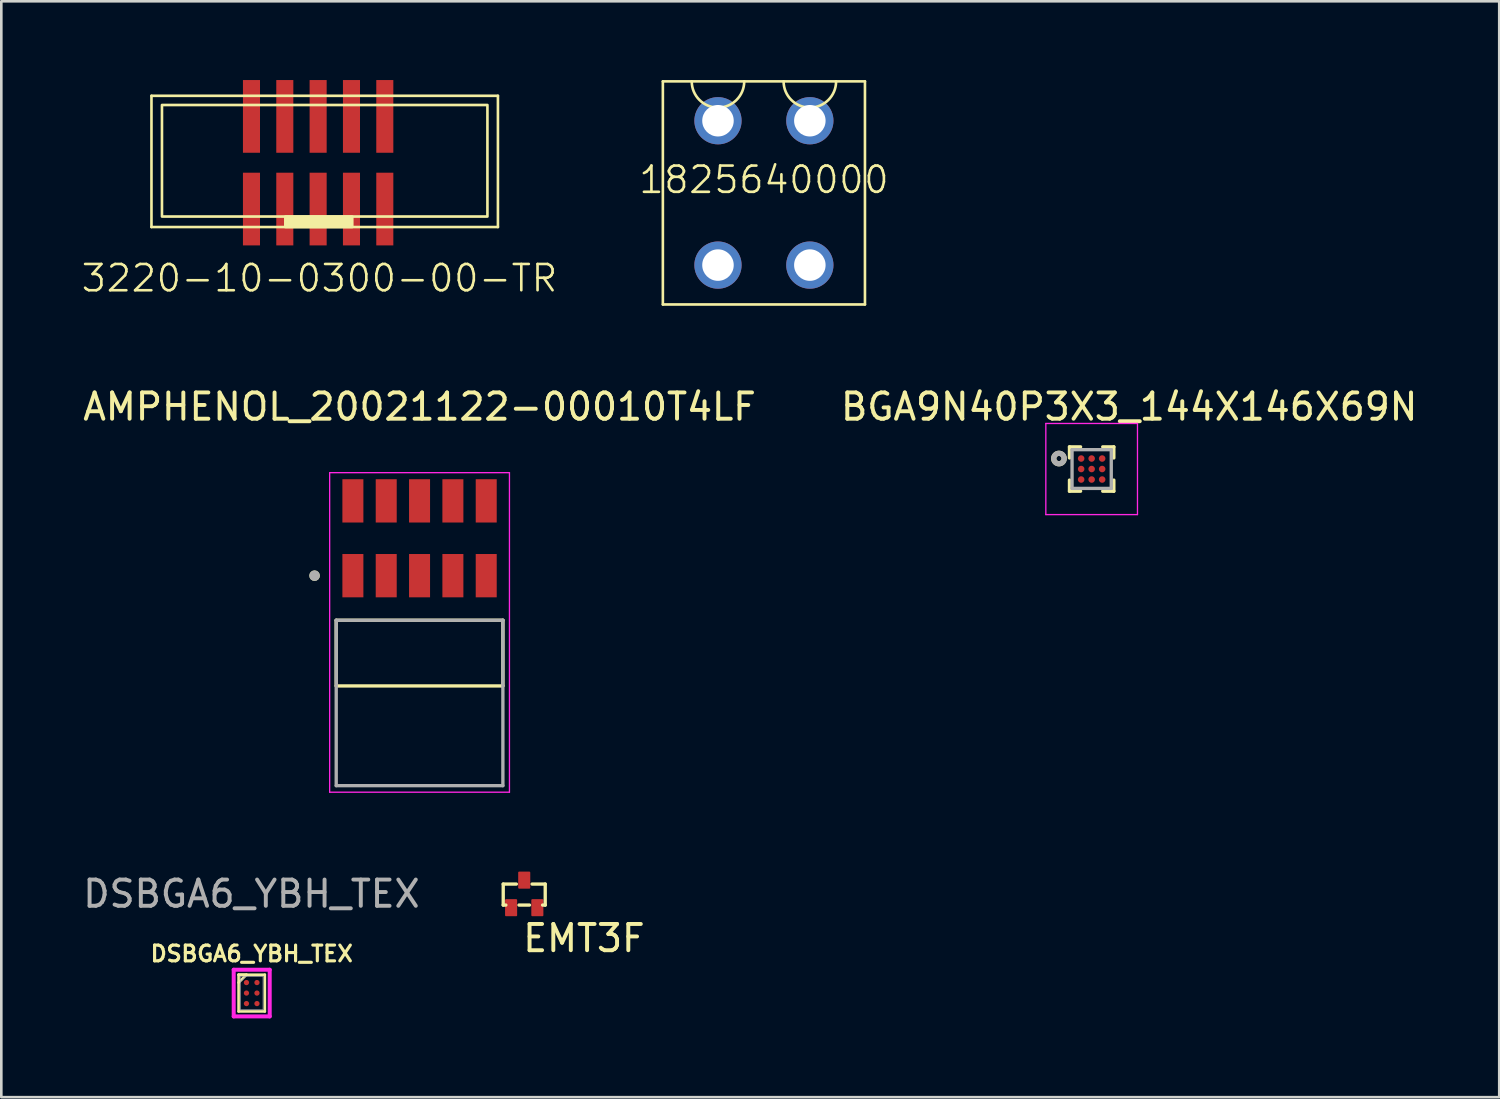
<source format=kicad_pcb>
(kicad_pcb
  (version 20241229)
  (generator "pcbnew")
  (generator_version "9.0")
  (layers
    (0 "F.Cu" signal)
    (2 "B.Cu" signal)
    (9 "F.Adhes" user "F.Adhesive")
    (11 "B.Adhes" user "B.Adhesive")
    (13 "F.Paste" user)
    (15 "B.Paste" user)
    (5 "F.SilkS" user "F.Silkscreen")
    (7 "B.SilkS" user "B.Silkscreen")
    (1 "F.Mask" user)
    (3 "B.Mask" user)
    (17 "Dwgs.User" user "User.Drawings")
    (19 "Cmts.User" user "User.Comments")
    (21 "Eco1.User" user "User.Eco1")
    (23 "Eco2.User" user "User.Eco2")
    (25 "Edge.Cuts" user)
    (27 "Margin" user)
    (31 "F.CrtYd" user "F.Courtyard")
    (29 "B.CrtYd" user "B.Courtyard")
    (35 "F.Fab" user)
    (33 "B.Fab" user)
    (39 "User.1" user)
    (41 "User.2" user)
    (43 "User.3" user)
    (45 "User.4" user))
  (footprint "BGA9N40P3X3_144X146X69N"
    (layer "F.Cu")
    (at 38.542 14.82)
    (property "Reference" "BGA9N40P3X3_144X146X69N" (at 1.429 -2.372 0) (layer "F.SilkS") (effects (font (size 1 1) (thickness 0.15))))
    (attr smd)
    (fp_line (start -0.845 -0.845) (end -0.845 -0.422) (stroke (width 0.127) (type solid)) (layer "F.SilkS"))
    (fp_line (start -0.845 -0.845) (end -0.422 -0.845) (stroke (width 0.127) (type solid)) (layer "F.SilkS"))
    (fp_line (start -0.845 0.845) (end -0.845 0.422) (stroke (width 0.127) (type solid)) (layer "F.SilkS"))
    (fp_line (start -0.845 0.845) (end -0.422 0.845) (stroke (width 0.127) (type solid)) (layer "F.SilkS"))
    (fp_line (start 0.845 -0.845) (end 0.422 -0.845) (stroke (width 0.127) (type solid)) (layer "F.SilkS"))
    (fp_line (start 0.845 -0.845) (end 0.845 -0.422) (stroke (width 0.127) (type solid)) (layer "F.SilkS"))
    (fp_line (start 0.845 0.845) (end 0.422 0.845) (stroke (width 0.127) (type solid)) (layer "F.SilkS"))
    (fp_line (start 0.845 0.845) (end 0.845 0.422) (stroke (width 0.127) (type solid)) (layer "F.SilkS"))
    (fp_circle (center -1.246 -0.4) (end -1.147 -0.4) (stroke (width 0.2) (type solid)) (fill no) (layer "F.SilkS"))
    (fp_line (start -1.746 -1.736) (end 1.746 -1.736) (stroke (width 0.05) (type solid)) (layer "F.CrtYd"))
    (fp_line (start -1.746 1.736) (end -1.746 -1.736) (stroke (width 0.05) (type solid)) (layer "F.CrtYd"))
    (fp_line (start -1.746 1.736) (end 1.746 1.736) (stroke (width 0.05) (type solid)) (layer "F.CrtYd"))
    (fp_line (start 1.746 1.736) (end 1.746 -1.736) (stroke (width 0.05) (type solid)) (layer "F.CrtYd"))
    (fp_line (start -0.747 0.737) (end -0.747 -0.737) (stroke (width 0.127) (type solid)) (layer "F.Fab"))
    (fp_line (start 0.747 -0.737) (end -0.747 -0.737) (stroke (width 0.127) (type solid)) (layer "F.Fab"))
    (fp_line (start 0.747 0.737) (end -0.747 0.737) (stroke (width 0.127) (type solid)) (layer "F.Fab"))
    (fp_line (start 0.747 0.737) (end 0.747 -0.737) (stroke (width 0.127) (type solid)) (layer "F.Fab"))
    (fp_circle (center -1.246 -0.4) (end -1.147 -0.4) (stroke (width 0.2) (type solid)) (fill no) (layer "F.Fab"))
    (pad "A1" smd circle (at -0.4 -0.4) (size 0.25 0.25) (layers "F.Cu" "F.Mask" "F.Paste"))
    (pad "A2" smd circle (at 0 -0.4) (size 0.25 0.25) (layers "F.Cu" "F.Mask" "F.Paste"))
    (pad "A3" smd circle (at 0.4 -0.4) (size 0.25 0.25) (layers "F.Cu" "F.Mask" "F.Paste"))
    (pad "B1" smd circle (at -0.4 0) (size 0.25 0.25) (layers "F.Cu" "F.Mask" "F.Paste"))
    (pad "B2" smd circle (at 0 0) (size 0.25 0.25) (layers "F.Cu" "F.Mask" "F.Paste"))
    (pad "B3" smd circle (at 0.4 0) (size 0.25 0.25) (layers "F.Cu" "F.Mask" "F.Paste"))
    (pad "C1" smd circle (at -0.4 0.4) (size 0.25 0.25) (layers "F.Cu" "F.Mask" "F.Paste"))
    (pad "C2" smd circle (at 0 0.4) (size 0.25 0.25) (layers "F.Cu" "F.Mask" "F.Paste"))
    (pad "C3" smd circle (at 0.4 0.4) (size 0.25 0.25) (layers "F.Cu" "F.Mask" "F.Paste")))
  (footprint "1825640000"
    (layer "F.Cu")
    (at 26.055 4.3)
    (property "Reference" "1825640000" (at 0 -0.5 0) (unlocked yes) (layer "F.SilkS") (effects (font (size 1 1) (thickness 0.1))))
    (attr through_hole)
    (fp_line (start -3.85 -4.25) (end 3.85 -4.25) (stroke (width 0.1) (type default)) (layer "F.SilkS"))
    (fp_line (start -3.85 4.25) (end -3.85 -4.25) (stroke (width 0.1) (type default)) (layer "F.SilkS"))
    (fp_line (start 3.85 -4.25) (end 3.85 4.25) (stroke (width 0.1) (type default)) (layer "F.SilkS"))
    (fp_line (start 3.85 4.25) (end -3.85 4.25) (stroke (width 0.1) (type default)) (layer "F.SilkS"))
    (fp_arc (start -0.75 -4.25) (mid -1.75 -3.25) (end -2.75 -4.25) (stroke (width 0.1) (type default)) (layer "F.SilkS"))
    (fp_arc (start 2.75 -4.25) (mid 1.75 -3.25) (end 0.75 -4.25) (stroke (width 0.1) (type default)) (layer "F.SilkS"))
    (pad "1" thru_hole circle (at -1.75 -2.75) (size 1.8 1.8) (drill 1.2) (layers "*.Cu" "*.Mask"))
    (pad "1" thru_hole circle (at -1.75 2.75) (size 1.8 1.8) (drill 1.2) (layers "*.Cu" "*.Mask"))
    (pad "2" thru_hole circle (at 1.75 -2.75) (size 1.8 1.8) (drill 1.2) (layers "*.Cu" "*.Mask"))
    (pad "2" thru_hole circle (at 1.75 2.75) (size 1.8 1.8) (drill 1.2) (layers "*.Cu" "*.Mask")))
  (footprint "AMPHENOL_20021122-00010T4LF"
    (layer "F.Cu")
    (at 12.935 21.833)
    (property "Reference" "AMPHENOL_20021122-00010T4LF" (at 0 -9.385 0) (layer "F.SilkS") (effects (font (size 1 1) (thickness 0.15))))
    (attr smd)
    (fp_line (start -3.175 -1.25) (end 3.175 -1.25) (stroke (width 0.127) (type solid)) (layer "F.SilkS"))
    (fp_line (start -3.175 1.25) (end -3.175 -1.25) (stroke (width 0.127) (type solid)) (layer "F.SilkS"))
    (fp_line (start 3.175 -1.25) (end 3.175 1.25) (stroke (width 0.127) (type solid)) (layer "F.SilkS"))
    (fp_line (start 3.175 1.25) (end -3.175 1.25) (stroke (width 0.127) (type solid)) (layer "F.SilkS"))
    (fp_circle (center -4 -2.95) (end -3.9 -2.95) (stroke (width 0.2) (type solid)) (fill no) (layer "F.SilkS"))
    (fp_line (start -3.425 -6.875) (end -3.425 5.3) (stroke (width 0.05) (type solid)) (layer "F.CrtYd"))
    (fp_line (start -3.425 5.3) (end 3.425 5.3) (stroke (width 0.05) (type solid)) (layer "F.CrtYd"))
    (fp_line (start 3.425 -6.875) (end -3.425 -6.875) (stroke (width 0.05) (type solid)) (layer "F.CrtYd"))
    (fp_line (start 3.425 5.3) (end 3.425 -6.875) (stroke (width 0.05) (type solid)) (layer "F.CrtYd"))
    (fp_line (start -3.175 -1.25) (end 3.175 -1.25) (stroke (width 0.127) (type solid)) (layer "F.Fab"))
    (fp_line (start -3.175 5.05) (end -3.175 -1.25) (stroke (width 0.127) (type solid)) (layer "F.Fab"))
    (fp_line (start 3.175 -1.25) (end 3.175 5.05) (stroke (width 0.127) (type solid)) (layer "F.Fab"))
    (fp_line (start 3.175 5.05) (end -3.175 5.05) (stroke (width 0.127) (type solid)) (layer "F.Fab"))
    (fp_circle (center -4 -2.95) (end -3.9 -2.95) (stroke (width 0.2) (type solid)) (fill no) (layer "F.Fab"))
    (pad "1" smd rect (at -2.54 -2.95) (size 0.8 1.65) (layers "F.Cu" "F.Mask" "F.Paste"))
    (pad "2" smd rect (at -2.54 -5.8) (size 0.8 1.65) (layers "F.Cu" "F.Mask" "F.Paste"))
    (pad "3" smd rect (at -1.27 -2.95) (size 0.8 1.65) (layers "F.Cu" "F.Mask" "F.Paste"))
    (pad "4" smd rect (at -1.27 -5.8) (size 0.8 1.65) (layers "F.Cu" "F.Mask" "F.Paste"))
    (pad "5" smd rect (at 0 -2.95) (size 0.8 1.65) (layers "F.Cu" "F.Mask" "F.Paste"))
    (pad "6" smd rect (at 0 -5.8) (size 0.8 1.65) (layers "F.Cu" "F.Mask" "F.Paste"))
    (pad "7" smd rect (at 1.27 -2.95) (size 0.8 1.65) (layers "F.Cu" "F.Mask" "F.Paste"))
    (pad "8" smd rect (at 1.27 -5.8) (size 0.8 1.65) (layers "F.Cu" "F.Mask" "F.Paste"))
    (pad "9" smd rect (at 2.54 -2.95) (size 0.8 1.65) (layers "F.Cu" "F.Mask" "F.Paste"))
    (pad "10" smd rect (at 2.54 -5.8) (size 0.8 1.65) (layers "F.Cu" "F.Mask" "F.Paste")))
  (footprint "DSBGA6_YBH_TEX"
    (layer "F.Cu")
    (at 6.54 34.786)
    (property "Reference" "DSBGA6_YBH_TEX" (at 0 -1.5 0) (unlocked yes) (layer "F.SilkS") (effects (font (size 0.6 0.6) (thickness 0.12) (bold yes))))
    (attr smd)
    (fp_line (start -0.5 -0.7) (end -0.5 0.7) (stroke (width 0.1) (type default)) (layer "F.SilkS"))
    (fp_line (start -0.5 -0.7) (end -0.2 -0.7) (stroke (width 0.1) (type default)) (layer "F.SilkS"))
    (fp_line (start -0.5 0.7) (end 0.5 0.7) (stroke (width 0.1) (type default)) (layer "F.SilkS"))
    (fp_line (start -0.2 -0.7) (end -0.5 -0.4) (stroke (width 0.1) (type default)) (layer "F.SilkS"))
    (fp_line (start 0.5 -0.7) (end -0.5 -0.7) (stroke (width 0.1) (type default)) (layer "F.SilkS"))
    (fp_line (start 0.5 0.7) (end 0.5 -0.7) (stroke (width 0.1) (type default)) (layer "F.SilkS"))
    (fp_line (start -0.686 -0.889) (end 0.686 -0.889) (stroke (width 0.152) (type solid)) (layer "F.CrtYd"))
    (fp_line (start -0.686 0.889) (end -0.686 -0.889) (stroke (width 0.152) (type solid)) (layer "F.CrtYd"))
    (fp_line (start 0.686 -0.889) (end 0.686 0.889) (stroke (width 0.152) (type solid)) (layer "F.CrtYd"))
    (fp_line (start 0.686 0.889) (end -0.686 0.889) (stroke (width 0.152) (type solid)) (layer "F.CrtYd"))
    (fp_line (start -0.432 -0.635) (end -0.432 0.635) (stroke (width 0.025) (type solid)) (layer "F.Fab"))
    (fp_line (start -0.432 0.635) (end 0.432 0.635) (stroke (width 0.025) (type solid)) (layer "F.Fab"))
    (fp_line (start -0.232 -0.635) (end -0.432 -0.435) (stroke (width 0.025) (type solid)) (layer "F.Fab"))
    (fp_line (start 0.432 -0.635) (end -0.432 -0.635) (stroke (width 0.025) (type solid)) (layer "F.Fab"))
    (fp_line (start 0.432 0.635) (end 0.432 -0.635) (stroke (width 0.025) (type solid)) (layer "F.Fab"))
    (fp_text user "${REFERENCE}" (at -0.01 -3.78 0) (unlocked yes) (layer "F.Fab") (effects (font (size 1 1) (thickness 0.15))))
    (pad "" smd roundrect (at -0.2 -0.4) (size 0.21 0.21) (layers "F.Paste") (roundrect_rratio 0.238))
    (pad "" smd roundrect (at -0.2 0) (size 0.21 0.21) (layers "F.Paste") (roundrect_rratio 0.238))
    (pad "" smd roundrect (at -0.2 0.4) (size 0.21 0.21) (layers "F.Paste") (roundrect_rratio 0.238))
    (pad "" smd roundrect (at 0.2 -0.4) (size 0.21 0.21) (layers "F.Paste") (roundrect_rratio 0.238))
    (pad "" smd roundrect (at 0.2 0) (size 0.21 0.21) (layers "F.Paste") (roundrect_rratio 0.238))
    (pad "" smd roundrect (at 0.2 0.4) (size 0.21 0.21) (layers "F.Paste") (roundrect_rratio 0.238))
    (pad "A1" smd circle (at -0.2 -0.4) (size 0.2 0.2) (layers "F.Cu" "F.Mask"))
    (pad "A2" smd circle (at 0.2 -0.4) (size 0.2 0.2) (layers "F.Cu" "F.Mask"))
    (pad "B1" smd circle (at -0.2 0) (size 0.2 0.2) (layers "F.Cu" "F.Mask"))
    (pad "B2" smd circle (at 0.2 0) (size 0.2 0.2) (layers "F.Cu" "F.Mask"))
    (pad "C1" smd circle (at -0.2 0.4) (size 0.2 0.2) (layers "F.Cu" "F.Mask"))
    (pad "C2" smd circle (at 0.2 0.4) (size 0.2 0.2) (layers "F.Cu" "F.Mask")))
  (footprint "EMT3F"
    (layer "F.Cu")
    (at 16.923 31.533)
    (property "Reference" "EMT3F" (at 2.275 1.165 0) (layer "F.SilkS") (effects (font (size 1 1) (thickness 0.15))))
    (attr smd)
    (fp_line (start -0.8 -0.9) (end -0.3 -0.9) (stroke (width 0.127) (type solid)) (layer "F.SilkS"))
    (fp_line (start -0.8 -0.1) (end -0.8 -0.9) (stroke (width 0.127) (type solid)) (layer "F.SilkS"))
    (fp_line (start -0.7 -0.1) (end -0.8 -0.1) (stroke (width 0.127) (type solid)) (layer "F.SilkS"))
    (fp_line (start -0.2 -0.1) (end 0.2 -0.1) (stroke (width 0.127) (type solid)) (layer "F.SilkS"))
    (fp_line (start 0.7 -0.1) (end 0.8 -0.1) (stroke (width 0.127) (type solid)) (layer "F.SilkS"))
    (fp_line (start 0.8 -0.9) (end 0.3 -0.9) (stroke (width 0.127) (type solid)) (layer "F.SilkS"))
    (fp_line (start 0.8 -0.1) (end 0.8 -0.9) (stroke (width 0.127) (type solid)) (layer "F.SilkS"))
    (pad "P$1" smd roundrect (at -0.5 0) (size 0.46 0.65) (layers "F.Cu" "F.Mask" "F.Paste") (roundrect_rratio 0.08))
    (pad "P$2" smd roundrect (at 0.5 0) (size 0.46 0.65) (layers "F.Cu" "F.Mask" "F.Paste") (roundrect_rratio 0.08))
    (pad "P$3" smd roundrect (at 0 -1.05) (size 0.46 0.65) (layers "F.Cu" "F.Mask" "F.Paste") (roundrect_rratio 0.08)))
  (footprint "3220-10-0300-00-TR"
    (layer "F.Cu")
    (at 9.071 3.15)
    (property "Reference" "3220-10-0300-00-TR" (at 0.05 4.4 0) (unlocked yes) (layer "F.SilkS") (effects (font (size 1 1) (thickness 0.1))))
    (attr through_hole)
    (fp_line (start -6.35 -2.55) (end -6.35 2.45) (stroke (width 0.1) (type default)) (layer "F.SilkS"))
    (fp_line (start -6.35 -2.55) (end 6.85 -2.55) (stroke (width 0.1) (type default)) (layer "F.SilkS"))
    (fp_line (start -6.35 2.45) (end 6.85 2.45) (stroke (width 0.1) (type default)) (layer "F.SilkS"))
    (fp_line (start 6.85 2.45) (end 6.85 -2.55) (stroke (width 0.1) (type default)) (layer "F.SilkS"))
    (fp_rect (start -5.95 -2.2) (end 6.45 2.05) (stroke (width 0.1) (type default)) (fill no) (layer "F.SilkS"))
    (fp_rect (start -1.25 2.05) (end 1.3 2.45) (stroke (width 0.1) (type solid)) (fill yes) (layer "F.SilkS"))
    (pad "1" smd rect (at -2.54 1.765) (size 0.65 2.77) (layers "F.Cu" "F.Mask" "F.Paste"))
    (pad "2" smd rect (at -2.54 -1.765) (size 0.65 2.77) (layers "F.Cu" "F.Mask" "F.Paste"))
    (pad "3" smd rect (at -1.27 1.765) (size 0.65 2.77) (layers "F.Cu" "F.Mask" "F.Paste"))
    (pad "4" smd rect (at -1.27 -1.765) (size 0.65 2.77) (layers "F.Cu" "F.Mask" "F.Paste"))
    (pad "5" smd rect (at 0 1.765) (size 0.65 2.77) (layers "F.Cu" "F.Mask" "F.Paste"))
    (pad "6" smd rect (at 0 -1.765) (size 0.65 2.77) (layers "F.Cu" "F.Mask" "F.Paste"))
    (pad "7" smd rect (at 1.27 1.765) (size 0.65 2.77) (layers "F.Cu" "F.Mask" "F.Paste"))
    (pad "8" smd rect (at 1.27 -1.765) (size 0.65 2.77) (layers "F.Cu" "F.Mask" "F.Paste"))
    (pad "9" smd rect (at 2.54 1.765) (size 0.65 2.77) (layers "F.Cu" "F.Mask" "F.Paste"))
    (pad "10" smd rect (at 2.54 -1.765) (size 0.65 2.77) (layers "F.Cu" "F.Mask" "F.Paste")))
  (gr_rect
    (start -3 -3)
    (end 54.071 38.752)
    (stroke (width 0.1) (type default))
    (fill no)
    (layer "Edge.Cuts")))
</source>
